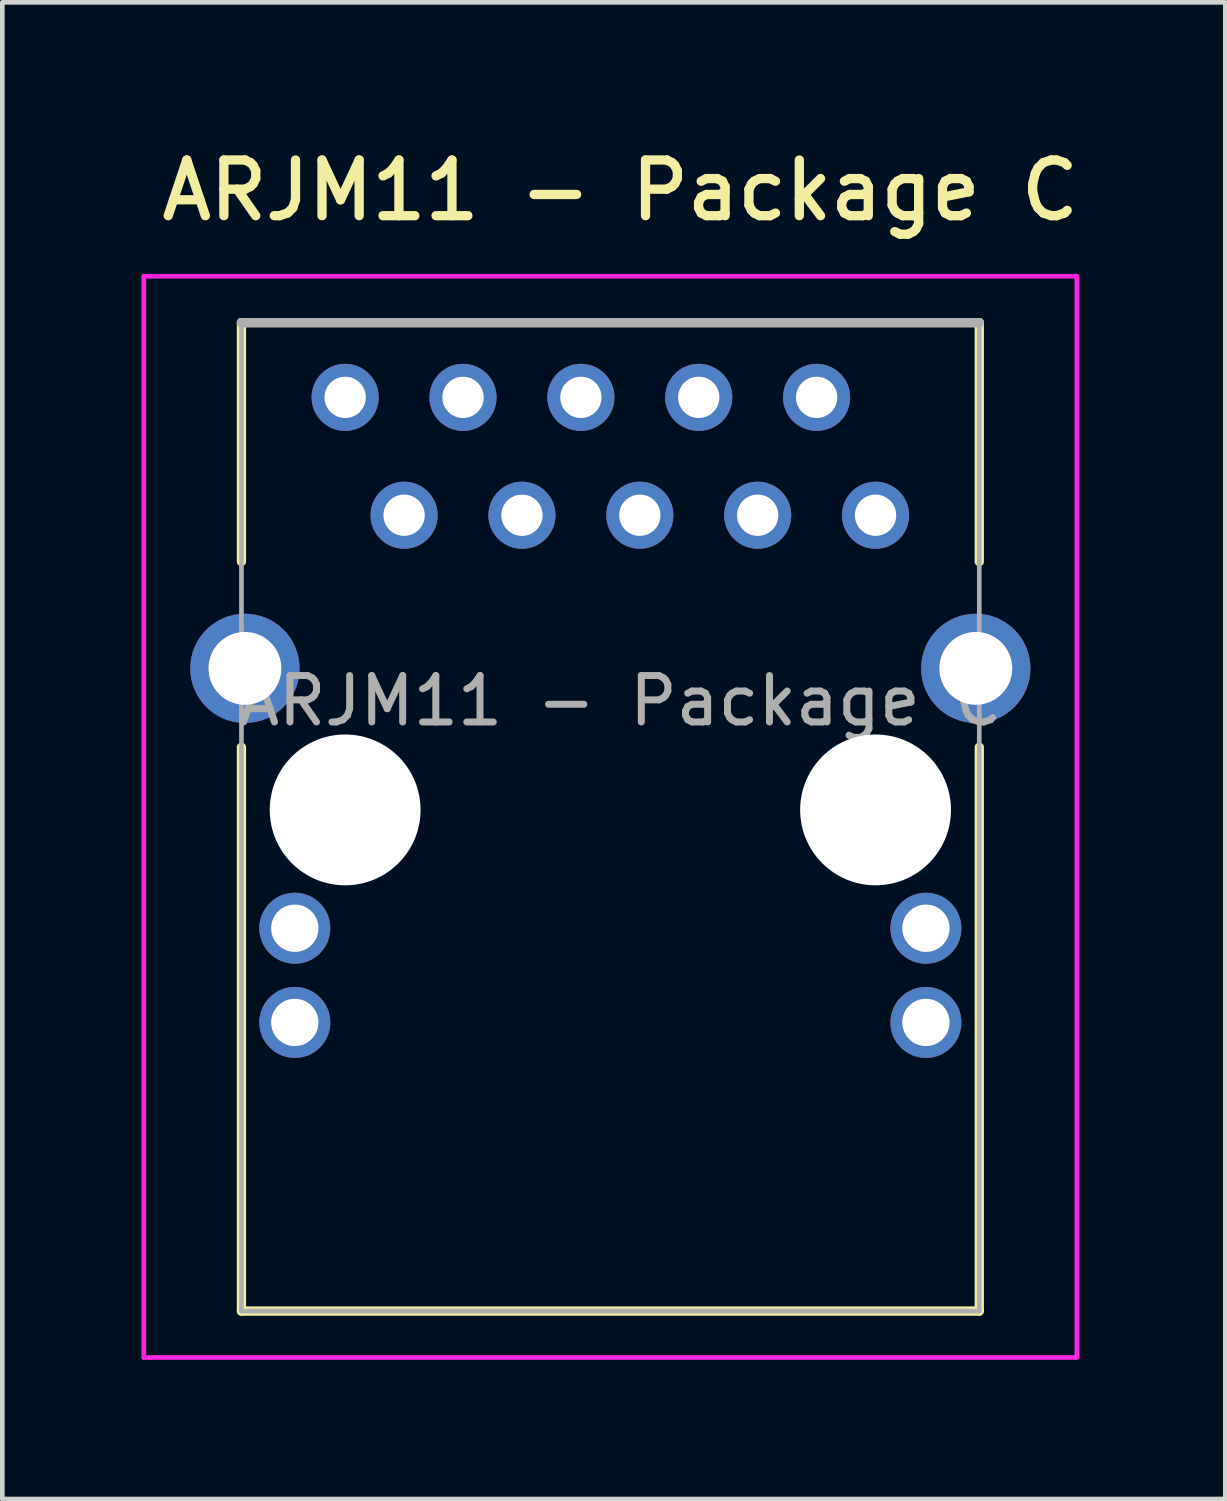
<source format=kicad_pcb>
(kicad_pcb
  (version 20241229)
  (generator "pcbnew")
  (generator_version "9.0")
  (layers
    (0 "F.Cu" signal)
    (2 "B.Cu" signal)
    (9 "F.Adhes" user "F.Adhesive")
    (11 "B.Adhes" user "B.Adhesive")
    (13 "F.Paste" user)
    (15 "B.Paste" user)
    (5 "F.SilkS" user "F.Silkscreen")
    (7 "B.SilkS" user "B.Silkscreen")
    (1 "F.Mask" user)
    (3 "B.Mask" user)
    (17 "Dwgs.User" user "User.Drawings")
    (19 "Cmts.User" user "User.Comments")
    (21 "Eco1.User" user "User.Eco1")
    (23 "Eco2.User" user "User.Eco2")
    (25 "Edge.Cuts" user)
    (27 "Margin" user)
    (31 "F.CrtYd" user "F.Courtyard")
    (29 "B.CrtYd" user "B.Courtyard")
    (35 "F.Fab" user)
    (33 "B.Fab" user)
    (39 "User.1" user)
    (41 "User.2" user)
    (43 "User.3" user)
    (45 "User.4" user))
  (footprint "ARJM11 - Package C"
    (layer "F.Cu")
    (at 15.818 8.053)
    (property "Reference" "ARJM11 - Package C" (at -5.5 -7 0) (unlocked yes) (layer "F.SilkS") (effects (font (size 1.2 1.2) (thickness 0.2))))
    (attr through_hole)
    (fp_line (start -13.665 -4.15) (end -13.665 1) (stroke (width 0.2) (type solid)) (layer "F.SilkS"))
    (fp_line (start -13.665 5) (end -13.665 17.15) (stroke (width 0.2) (type solid)) (layer "F.SilkS"))
    (fp_line (start -13.665 17.15) (end 2.235 17.15) (stroke (width 0.2) (type solid)) (layer "F.SilkS"))
    (fp_line (start 2.235 -4.15) (end -13.665 -4.15) (stroke (width 0.2) (type solid)) (layer "F.SilkS"))
    (fp_line (start 2.235 1) (end 2.235 -4.15) (stroke (width 0.2) (type solid)) (layer "F.SilkS"))
    (fp_line (start 2.235 17.15) (end 2.235 5) (stroke (width 0.2) (type solid)) (layer "F.SilkS"))
    (fp_line (start -15.768 -5.15) (end 4.337 -5.15) (stroke (width 0.1) (type solid)) (layer "F.CrtYd"))
    (fp_line (start -15.768 18.15) (end -15.768 -5.15) (stroke (width 0.1) (type solid)) (layer "F.CrtYd"))
    (fp_line (start 4.337 -5.15) (end 4.337 18.15) (stroke (width 0.1) (type solid)) (layer "F.CrtYd"))
    (fp_line (start 4.337 18.15) (end -15.768 18.15) (stroke (width 0.1) (type solid)) (layer "F.CrtYd"))
    (fp_line (start -13.665 -4.15) (end 2.235 -4.15) (stroke (width 0.2) (type solid)) (layer "F.Fab"))
    (fp_line (start -13.665 17.15) (end -13.665 -4.15) (stroke (width 0.1) (type solid)) (layer "F.Fab"))
    (fp_line (start 2.235 -4.15) (end 2.235 17.15) (stroke (width 0.1) (type solid)) (layer "F.Fab"))
    (fp_line (start 2.235 17.15) (end -13.665 17.15) (stroke (width 0.1) (type solid)) (layer "F.Fab"))
    (fp_text user "${REFERENCE}" (at -5.5 4 0) (unlocked yes) (layer "F.Fab") (effects (font (size 1 1) (thickness 0.15))))
    (pad "" np_thru_hole circle (at -11.43 6.35) (size 3.25 3.25) (drill 3.25) (layers "*.Cu" "*.Mask"))
    (pad "" np_thru_hole circle (at 0 6.35) (size 3.25 3.25) (drill 3.25) (layers "*.Cu" "*.Mask"))
    (pad "1" thru_hole circle (at 0 0) (size 1.446 1.446) (drill 0.89) (layers "*.Cu" "*.Mask"))
    (pad "2" thru_hole circle (at -1.27 -2.54) (size 1.446 1.446) (drill 0.89) (layers "*.Cu" "*.Mask"))
    (pad "3" thru_hole circle (at -2.54 0) (size 1.446 1.446) (drill 0.89) (layers "*.Cu" "*.Mask"))
    (pad "4" thru_hole circle (at -3.81 -2.54) (size 1.446 1.446) (drill 0.89) (layers "*.Cu" "*.Mask"))
    (pad "5" thru_hole circle (at -5.08 0) (size 1.446 1.446) (drill 0.89) (layers "*.Cu" "*.Mask"))
    (pad "6" thru_hole circle (at -6.35 -2.54) (size 1.446 1.446) (drill 0.89) (layers "*.Cu" "*.Mask"))
    (pad "7" thru_hole circle (at -7.62 0) (size 1.446 1.446) (drill 0.89) (layers "*.Cu" "*.Mask"))
    (pad "8" thru_hole circle (at -8.89 -2.54) (size 1.446 1.446) (drill 0.89) (layers "*.Cu" "*.Mask"))
    (pad "9" thru_hole circle (at -10.16 0) (size 1.446 1.446) (drill 0.89) (layers "*.Cu" "*.Mask"))
    (pad "10" thru_hole circle (at -11.43 -2.54) (size 1.446 1.446) (drill 0.89) (layers "*.Cu" "*.Mask"))
    (pad "11" thru_hole circle (at 1.085 8.9) (size 1.53 1.53) (drill 1.02) (layers "*.Cu" "*.Mask"))
    (pad "12" thru_hole circle (at 1.085 10.93) (size 1.53 1.53) (drill 1.02) (layers "*.Cu" "*.Mask"))
    (pad "13" thru_hole circle (at -12.515 8.9) (size 1.53 1.53) (drill 1.02) (layers "*.Cu" "*.Mask"))
    (pad "14" thru_hole circle (at -12.515 10.93) (size 1.53 1.53) (drill 1.02) (layers "*.Cu" "*.Mask"))
    (pad "15" thru_hole circle (at -13.59 3.3) (size 2.355 2.355) (drill 1.57) (layers "*.Cu" "*.Mask"))
    (pad "16" thru_hole circle (at 2.16 3.3) (size 2.355 2.355) (drill 1.57) (layers "*.Cu" "*.Mask")))
  (gr_rect
    (start -3 -3)
    (end 23.355 29.253)
    (stroke (width 0.1) (type default))
    (fill no)
    (layer "Edge.Cuts")))
</source>
